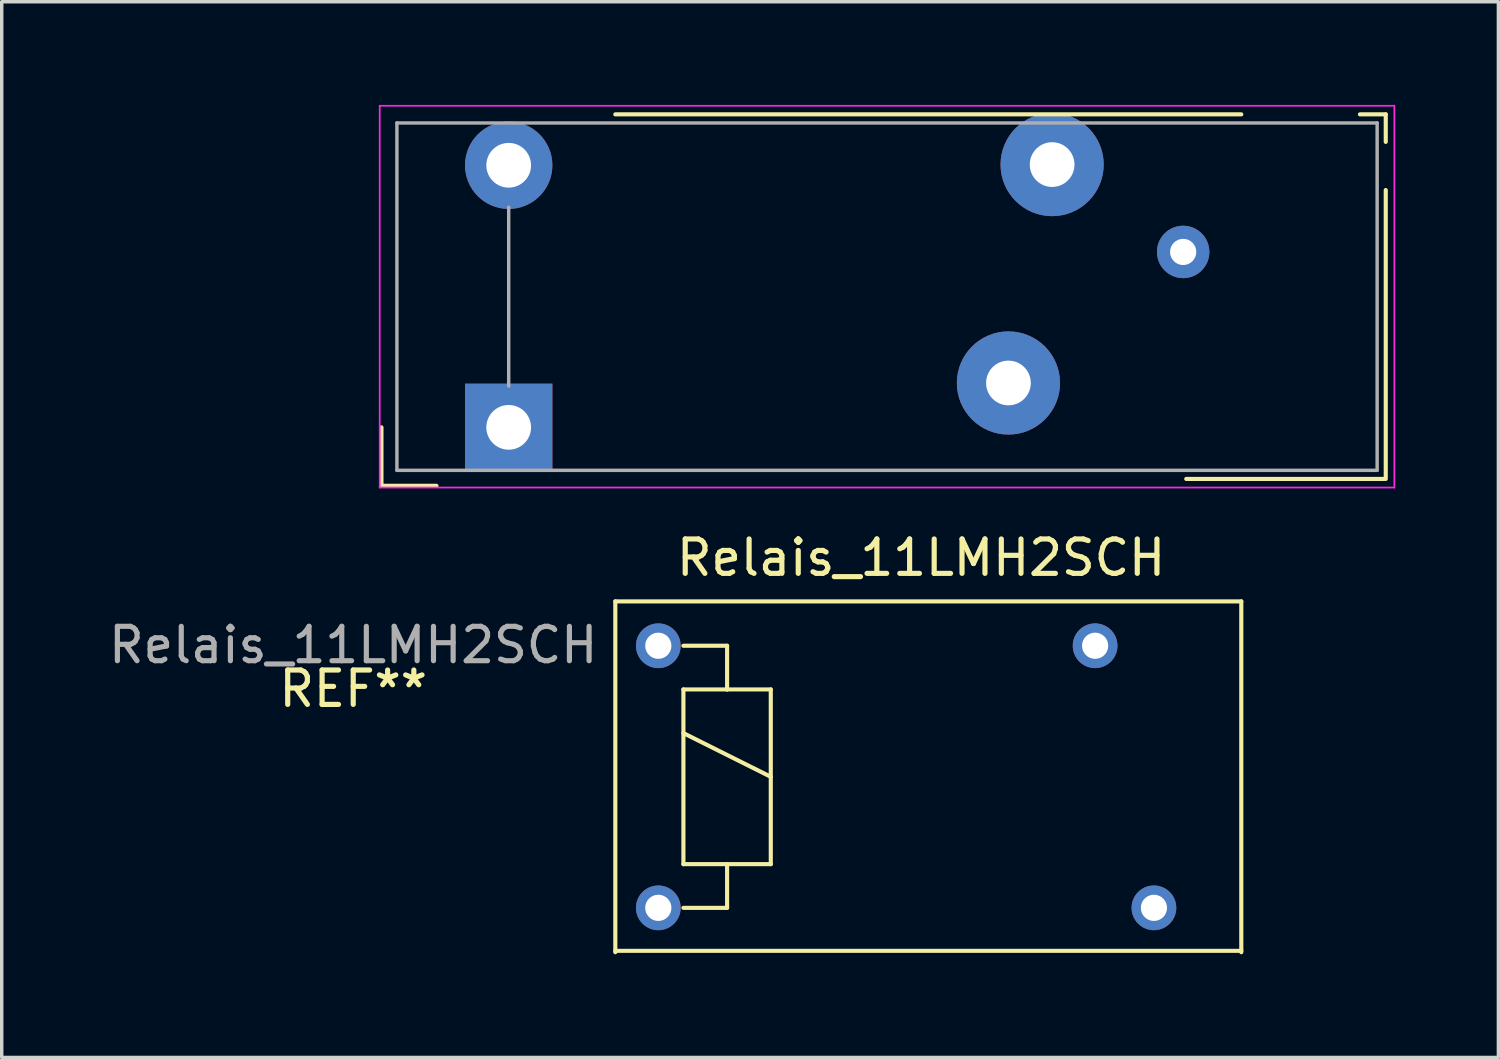
<source format=kicad_pcb>
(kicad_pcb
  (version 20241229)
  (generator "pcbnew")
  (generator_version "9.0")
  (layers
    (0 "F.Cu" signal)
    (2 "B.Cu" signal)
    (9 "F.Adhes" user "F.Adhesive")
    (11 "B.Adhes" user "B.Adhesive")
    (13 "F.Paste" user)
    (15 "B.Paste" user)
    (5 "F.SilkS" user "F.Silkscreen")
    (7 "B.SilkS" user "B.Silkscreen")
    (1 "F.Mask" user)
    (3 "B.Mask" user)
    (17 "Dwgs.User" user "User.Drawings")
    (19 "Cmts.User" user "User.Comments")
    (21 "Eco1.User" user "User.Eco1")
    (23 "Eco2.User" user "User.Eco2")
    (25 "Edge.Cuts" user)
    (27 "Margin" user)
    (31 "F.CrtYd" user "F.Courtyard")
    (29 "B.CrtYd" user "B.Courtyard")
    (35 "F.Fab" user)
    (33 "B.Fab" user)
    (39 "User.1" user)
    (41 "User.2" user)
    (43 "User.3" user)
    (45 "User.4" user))
  (footprint "Relais_11LMH2SCH"
    (layer "F.Cu")
    (at 14.84 14.435)
    (property "Reference" "Relais_11LMH2SCH" (at 8.89 -1.27 0) (layer "F.SilkS") (effects (font (size 1 1) (thickness 0.15))))
    (attr through_hole)
    (fp_line (start -6.8 -5.06) (end -6.8 -3.36) (stroke (width 0.12) (type solid)) (layer "F.SilkS"))
    (fp_line (start -6.8 -3.36) (end -5.2 -3.36) (stroke (width 0.12) (type solid)) (layer "F.SilkS"))
    (fp_line (start 0 -14.16) (end 18.2 -14.16) (stroke (width 0.12) (type solid)) (layer "F.SilkS"))
    (fp_line (start 0 0) (end 0 10.2) (stroke (width 0.12) (type solid)) (layer "F.SilkS"))
    (fp_line (start 0 0) (end 18.2 0) (stroke (width 0.12) (type solid)) (layer "F.SilkS"))
    (fp_line (start 0 10.16) (end 18.2 10.16) (stroke (width 0.12) (type solid)) (layer "F.SilkS"))
    (fp_line (start 1.98 1.29) (end 3.25 1.29) (stroke (width 0.12) (type solid)) (layer "F.SilkS"))
    (fp_line (start 1.98 2.56) (end 3.25 2.56) (stroke (width 0.12) (type solid)) (layer "F.SilkS"))
    (fp_line (start 1.98 3.83) (end 4.52 5.1) (stroke (width 0.12) (type solid)) (layer "F.SilkS"))
    (fp_line (start 1.98 7.64) (end 1.98 2.56) (stroke (width 0.12) (type solid)) (layer "F.SilkS"))
    (fp_line (start 3.25 1.29) (end 3.25 2.56) (stroke (width 0.12) (type solid)) (layer "F.SilkS"))
    (fp_line (start 3.25 2.56) (end 4.52 2.56) (stroke (width 0.12) (type solid)) (layer "F.SilkS"))
    (fp_line (start 3.25 7.64) (end 3.25 8.91) (stroke (width 0.12) (type solid)) (layer "F.SilkS"))
    (fp_line (start 3.25 8.91) (end 1.98 8.91) (stroke (width 0.12) (type solid)) (layer "F.SilkS"))
    (fp_line (start 4.52 2.56) (end 4.52 7.64) (stroke (width 0.12) (type solid)) (layer "F.SilkS"))
    (fp_line (start 4.52 7.64) (end 1.98 7.64) (stroke (width 0.12) (type solid)) (layer "F.SilkS"))
    (fp_line (start 18.2 0) (end 18.2 10.2) (stroke (width 0.12) (type solid)) (layer "F.SilkS"))
    (fp_line (start 21.65 -14.16) (end 22.4 -14.16) (stroke (width 0.12) (type solid)) (layer "F.SilkS"))
    (fp_line (start 22.35 -3.56) (end 16.6 -3.56) (stroke (width 0.12) (type solid)) (layer "F.SilkS"))
    (fp_line (start 22.4 -14.16) (end 22.4 -13.36) (stroke (width 0.12) (type solid)) (layer "F.SilkS"))
    (fp_line (start 22.4 -11.96) (end 22.4 -3.56) (stroke (width 0.12) (type solid)) (layer "F.SilkS"))
    (fp_line (start -6.85 -14.41) (end -6.85 -3.31) (stroke (width 0.05) (type solid)) (layer "F.CrtYd"))
    (fp_line (start -6.85 -3.31) (end 22.65 -3.31) (stroke (width 0.05) (type solid)) (layer "F.CrtYd"))
    (fp_line (start 22.65 -14.41) (end -6.85 -14.41) (stroke (width 0.05) (type solid)) (layer "F.CrtYd"))
    (fp_line (start 22.65 -3.31) (end 22.65 -14.41) (stroke (width 0.05) (type solid)) (layer "F.CrtYd"))
    (fp_line (start -6.35 -13.91) (end 22.15 -13.91) (stroke (width 0.1) (type solid)) (layer "F.Fab"))
    (fp_line (start -6.35 -3.81) (end -6.35 -13.91) (stroke (width 0.1) (type solid)) (layer "F.Fab"))
    (fp_line (start -3.1 -11.46) (end -3.1 -6.26) (stroke (width 0.1) (type solid)) (layer "F.Fab"))
    (fp_line (start 22.15 -13.91) (end 22.15 -3.81) (stroke (width 0.1) (type solid)) (layer "F.Fab"))
    (fp_line (start 22.15 -3.81) (end -6.35 -3.81) (stroke (width 0.1) (type solid)) (layer "F.Fab"))
    (fp_text user "REF**" (at -7.62 2.54 0) (layer "F.SilkS") (effects (font (size 1 1) (thickness 0.15))))
    (fp_text user "${REFERENCE}" (at -7.62 1.27 0) (layer "F.Fab") (effects (font (size 1 1) (thickness 0.15))))
    (pad "1" thru_hole circle (at 16.51 -10.16) (size 1.524 1.524) (drill 0.762) (layers "*.Cu" "*.Mask"))
    (pad "2" thru_hole circle (at 1.25 1.29) (size 1.3 1.3) (drill 0.762) (layers "*.Cu" "*.Mask"))
    (pad "2" thru_hole circle (at 1.25 8.91) (size 1.3 1.3) (drill 0.762) (layers "*.Cu" "*.Mask"))
    (pad "2" thru_hole circle (at 13.95 1.29) (size 1.3 1.3) (drill 0.762) (layers "*.Cu" "*.Mask"))
    (pad "2" thru_hole circle (at 15.66 8.91) (size 1.3 1.3) (drill 0.762) (layers "*.Cu" "*.Mask"))
    (pad "11" thru_hole circle (at 11.43 -6.35) (size 3 3) (drill 1.3) (layers "*.Cu" "*.Mask"))
    (pad "12" thru_hole circle (at 12.7 -12.7) (size 3 3) (drill 1.3) (layers "*.Cu" "*.Mask"))
    (pad "A1" thru_hole rect (at -3.1 -5.06) (size 2.54 2.54) (drill 1.3) (layers "*.Cu" "*.Mask"))
    (pad "A2" thru_hole circle (at -3.1 -12.68) (size 2.54 2.54) (drill 1.3) (layers "*.Cu" "*.Mask")))
  (gr_rect
    (start -3 -3)
    (end 40.515 27.695)
    (stroke (width 0.1) (type default))
    (fill no)
    (layer "Edge.Cuts")))
</source>
